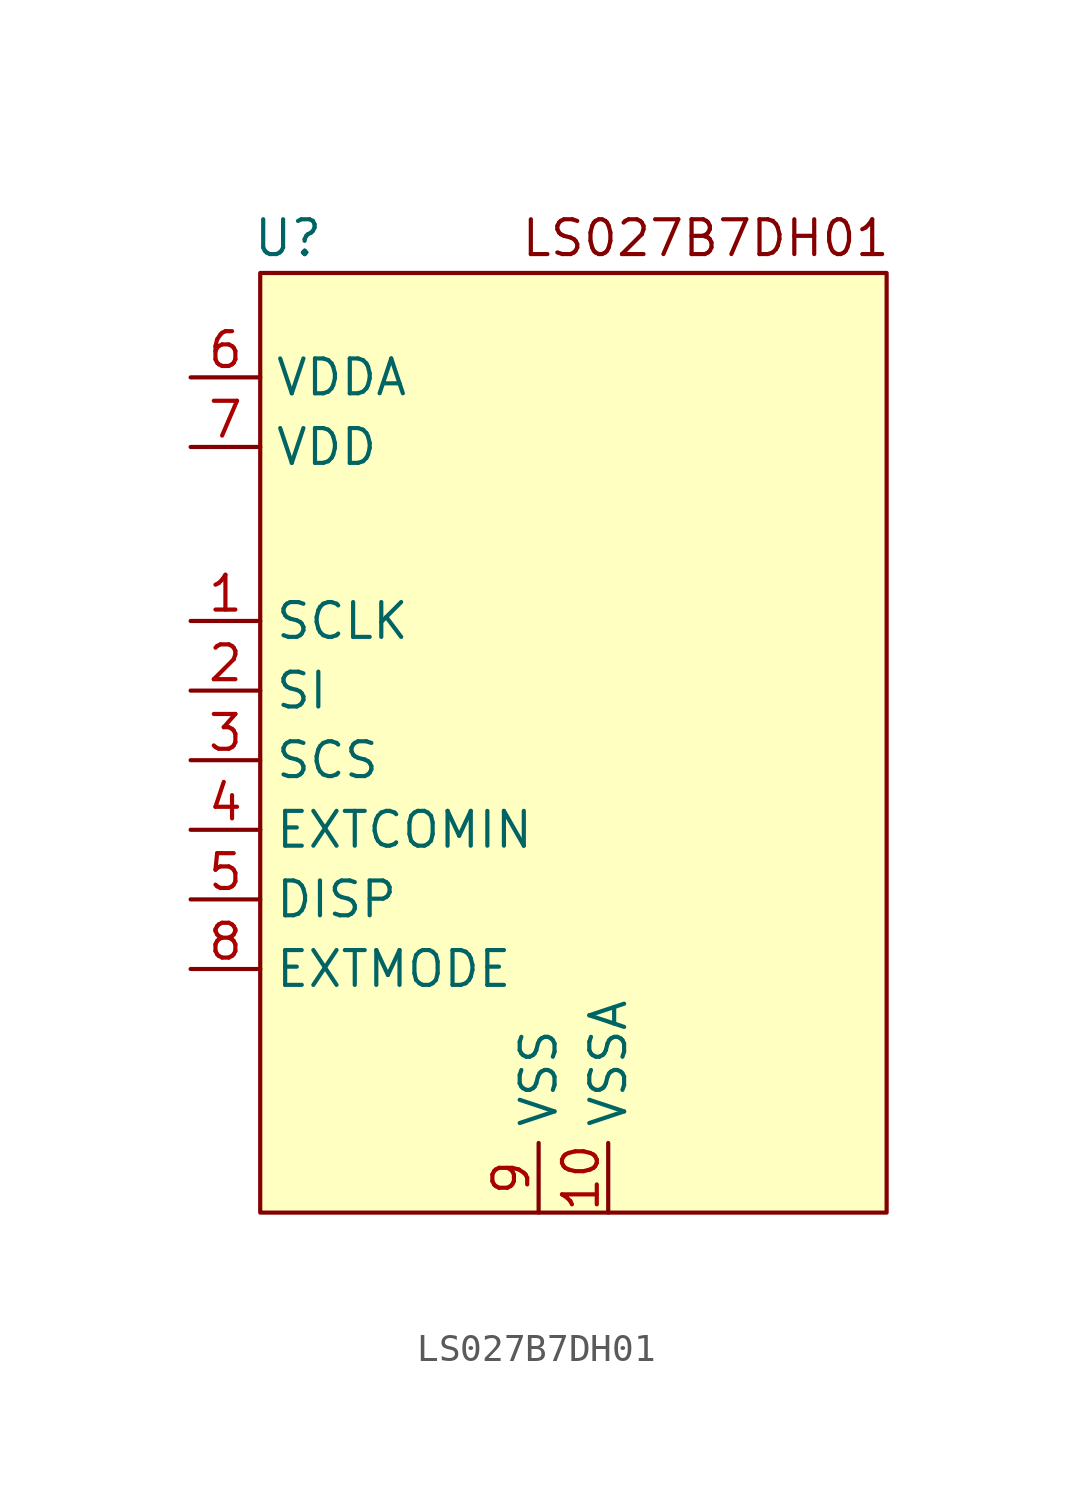
<source format=kicad_sym>
(kicad_symbol_lib
  (version 20231120)
  (generator "kicad_symbol_editor")
  (generator_version "8.0")
  (symbol "LS027B7DH01"
    (property "Reference" "U"
      (at -10.414 19.05 0)
      (do_not_autoplace)
      (effects (font (size 1.27 1.27))))
    (property "Value" ""
      (at -10.16 16.51 0)
      (effects (font (size 1.27 1.27))))
    (symbol "LS027B7DH01_1_1"
      (rectangle (start -11.43 17.78) (end 11.43 -16.51) (stroke (width 0) (type default)) (fill (type background)))
      (text "LS027B7DH01" (at 4.826 19.05 0) (effects (font (size 1.27 1.27))))
      (pin input line (at -13.97 5.08 0) (length 2.54) (name "SCLK" (effects (font (size 1.27 1.27)))) (number "1" (effects (font (size 1.27 1.27)))))
      (pin power_in line (at 1.27 -16.51 90) (length 2.54) (name "VSSA" (effects (font (size 1.27 1.27)))) (number "10" (effects (font (size 1.27 1.27)))))
      (pin input line (at -13.97 2.54 0) (length 2.54) (name "SI" (effects (font (size 1.27 1.27)))) (number "2" (effects (font (size 1.27 1.27)))))
      (pin input line (at -13.97 0 0) (length 2.54) (name "SCS" (effects (font (size 1.27 1.27)))) (number "3" (effects (font (size 1.27 1.27)))))
      (pin input line (at -13.97 -2.54 0) (length 2.54) (name "EXTCOMIN" (effects (font (size 1.27 1.27)))) (number "4" (effects (font (size 1.27 1.27)))))
      (pin input line (at -13.97 -5.08 0) (length 2.54) (name "DISP" (effects (font (size 1.27 1.27)))) (number "5" (effects (font (size 1.27 1.27)))))
      (pin power_in line (at -13.97 13.97 0) (length 2.54) (name "VDDA" (effects (font (size 1.27 1.27)))) (number "6" (effects (font (size 1.27 1.27)))))
      (pin power_in line (at -13.97 11.43 0) (length 2.54) (name "VDD" (effects (font (size 1.27 1.27)))) (number "7" (effects (font (size 1.27 1.27)))))
      (pin input line (at -13.97 -7.62 0) (length 2.54) (name "EXTMODE" (effects (font (size 1.27 1.27)))) (number "8" (effects (font (size 1.27 1.27)))))
      (pin power_in line (at -1.27 -16.51 90) (length 2.54) (name "VSS" (effects (font (size 1.27 1.27)))) (number "9" (effects (font (size 1.27 1.27))))))))
</source>
